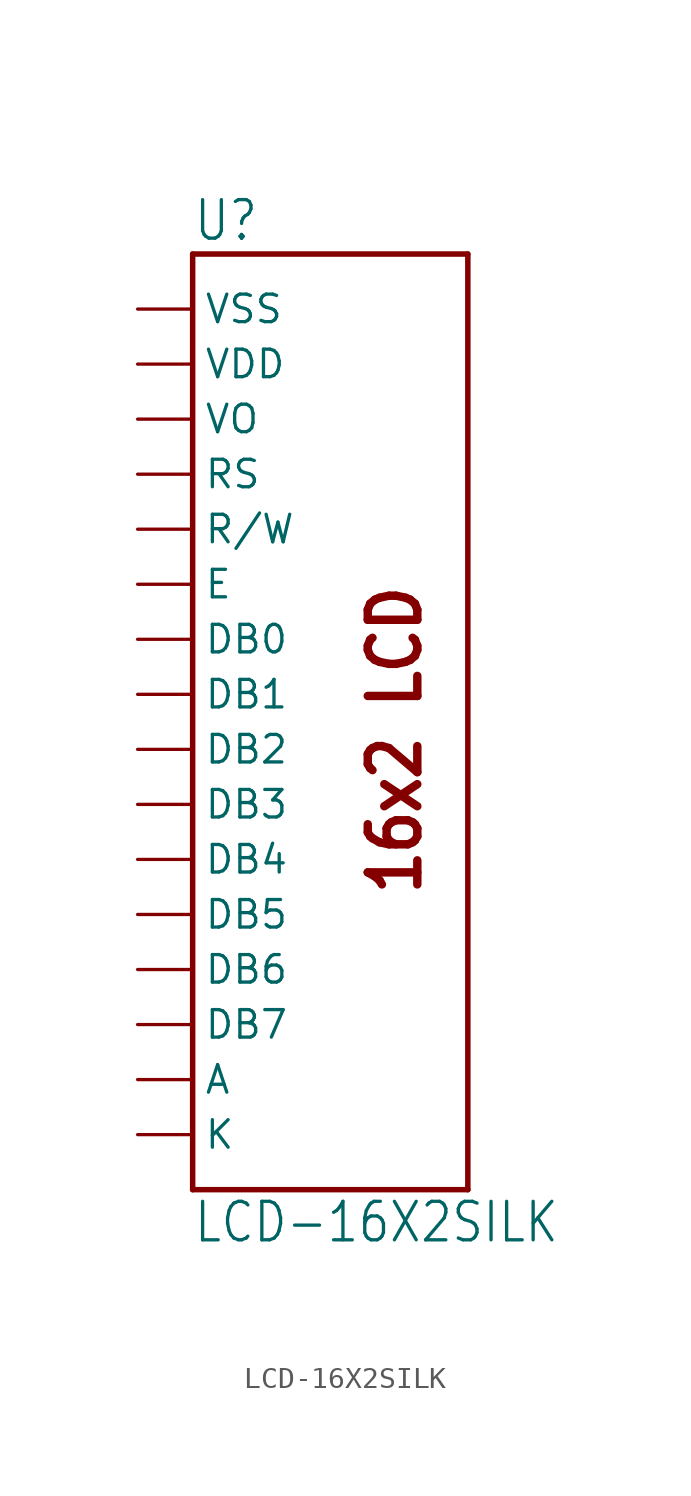
<source format=kicad_sym>
(kicad_symbol_lib
  (version 20211014)
  (generator kicad_symbol_editor)
  (symbol "LCD-16X2SILK"
    (property "Reference" "U"
      (at -7.62 23.368 0)
      (effects (font (size 1.778 1.511)) (justify left bottom)))
    (property "Value" "LCD-16X2SILK"
      (at -7.62 -22.86 0)
      (effects (font (size 1.778 1.511)) (justify left bottom)))
    (property "ki_locked" ""
      (at 0 0 0)
      (effects (font (size 1.27 1.27))))
    (symbol "LCD-16X2SILK_1_0"
      (polyline (pts (xy -7.62 -20.32) (xy 5.08 -20.32)) (stroke (width 0.254) (type default) (color 0 0 0 0)) (fill (type none)))
      (polyline (pts (xy -7.62 22.86) (xy -7.62 -20.32)) (stroke (width 0.254) (type default) (color 0 0 0 0)) (fill (type none)))
      (polyline (pts (xy 5.08 -20.32) (xy 5.08 22.86)) (stroke (width 0.254) (type default) (color 0 0 0 0)) (fill (type none)))
      (polyline (pts (xy 5.08 22.86) (xy -7.62 22.86)) (stroke (width 0.254) (type default) (color 0 0 0 0)) (fill (type none)))
      (text "16x2 LCD" (at 3.048 -6.858 900) (effects (font (size 2.286 1.943) (thickness 0.389) bold) (justify left bottom)))
      (pin power_in line (at -10.16 20.32 0) (length 2.54) (name "VSS" (effects (font (size 1.27 1.27)))) (number "1" (effects (font (size 0 0)))))
      (pin bidirectional line (at -10.16 -2.54 0) (length 2.54) (name "DB3" (effects (font (size 1.27 1.27)))) (number "10" (effects (font (size 0 0)))))
      (pin bidirectional line (at -10.16 -5.08 0) (length 2.54) (name "DB4" (effects (font (size 1.27 1.27)))) (number "11" (effects (font (size 0 0)))))
      (pin bidirectional line (at -10.16 -7.62 0) (length 2.54) (name "DB5" (effects (font (size 1.27 1.27)))) (number "12" (effects (font (size 0 0)))))
      (pin bidirectional line (at -10.16 -10.16 0) (length 2.54) (name "DB6" (effects (font (size 1.27 1.27)))) (number "13" (effects (font (size 0 0)))))
      (pin bidirectional line (at -10.16 -12.7 0) (length 2.54) (name "DB7" (effects (font (size 1.27 1.27)))) (number "14" (effects (font (size 0 0)))))
      (pin power_in line (at -10.16 -15.24 0) (length 2.54) (name "A" (effects (font (size 1.27 1.27)))) (number "15" (effects (font (size 0 0)))))
      (pin power_in line (at -10.16 -17.78 0) (length 2.54) (name "K" (effects (font (size 1.27 1.27)))) (number "16" (effects (font (size 0 0)))))
      (pin power_in line (at -10.16 17.78 0) (length 2.54) (name "VDD" (effects (font (size 1.27 1.27)))) (number "2" (effects (font (size 0 0)))))
      (pin bidirectional line (at -10.16 15.24 0) (length 2.54) (name "VO" (effects (font (size 1.27 1.27)))) (number "3" (effects (font (size 0 0)))))
      (pin input line (at -10.16 12.7 0) (length 2.54) (name "RS" (effects (font (size 1.27 1.27)))) (number "4" (effects (font (size 0 0)))))
      (pin input line (at -10.16 10.16 0) (length 2.54) (name "R/W" (effects (font (size 1.27 1.27)))) (number "5" (effects (font (size 0 0)))))
      (pin input line (at -10.16 7.62 0) (length 2.54) (name "E" (effects (font (size 1.27 1.27)))) (number "6" (effects (font (size 0 0)))))
      (pin bidirectional line (at -10.16 5.08 0) (length 2.54) (name "DB0" (effects (font (size 1.27 1.27)))) (number "7" (effects (font (size 0 0)))))
      (pin bidirectional line (at -10.16 2.54 0) (length 2.54) (name "DB1" (effects (font (size 1.27 1.27)))) (number "8" (effects (font (size 0 0)))))
      (pin bidirectional line (at -10.16 0 0) (length 2.54) (name "DB2" (effects (font (size 1.27 1.27)))) (number "9" (effects (font (size 0 0))))))))
</source>
